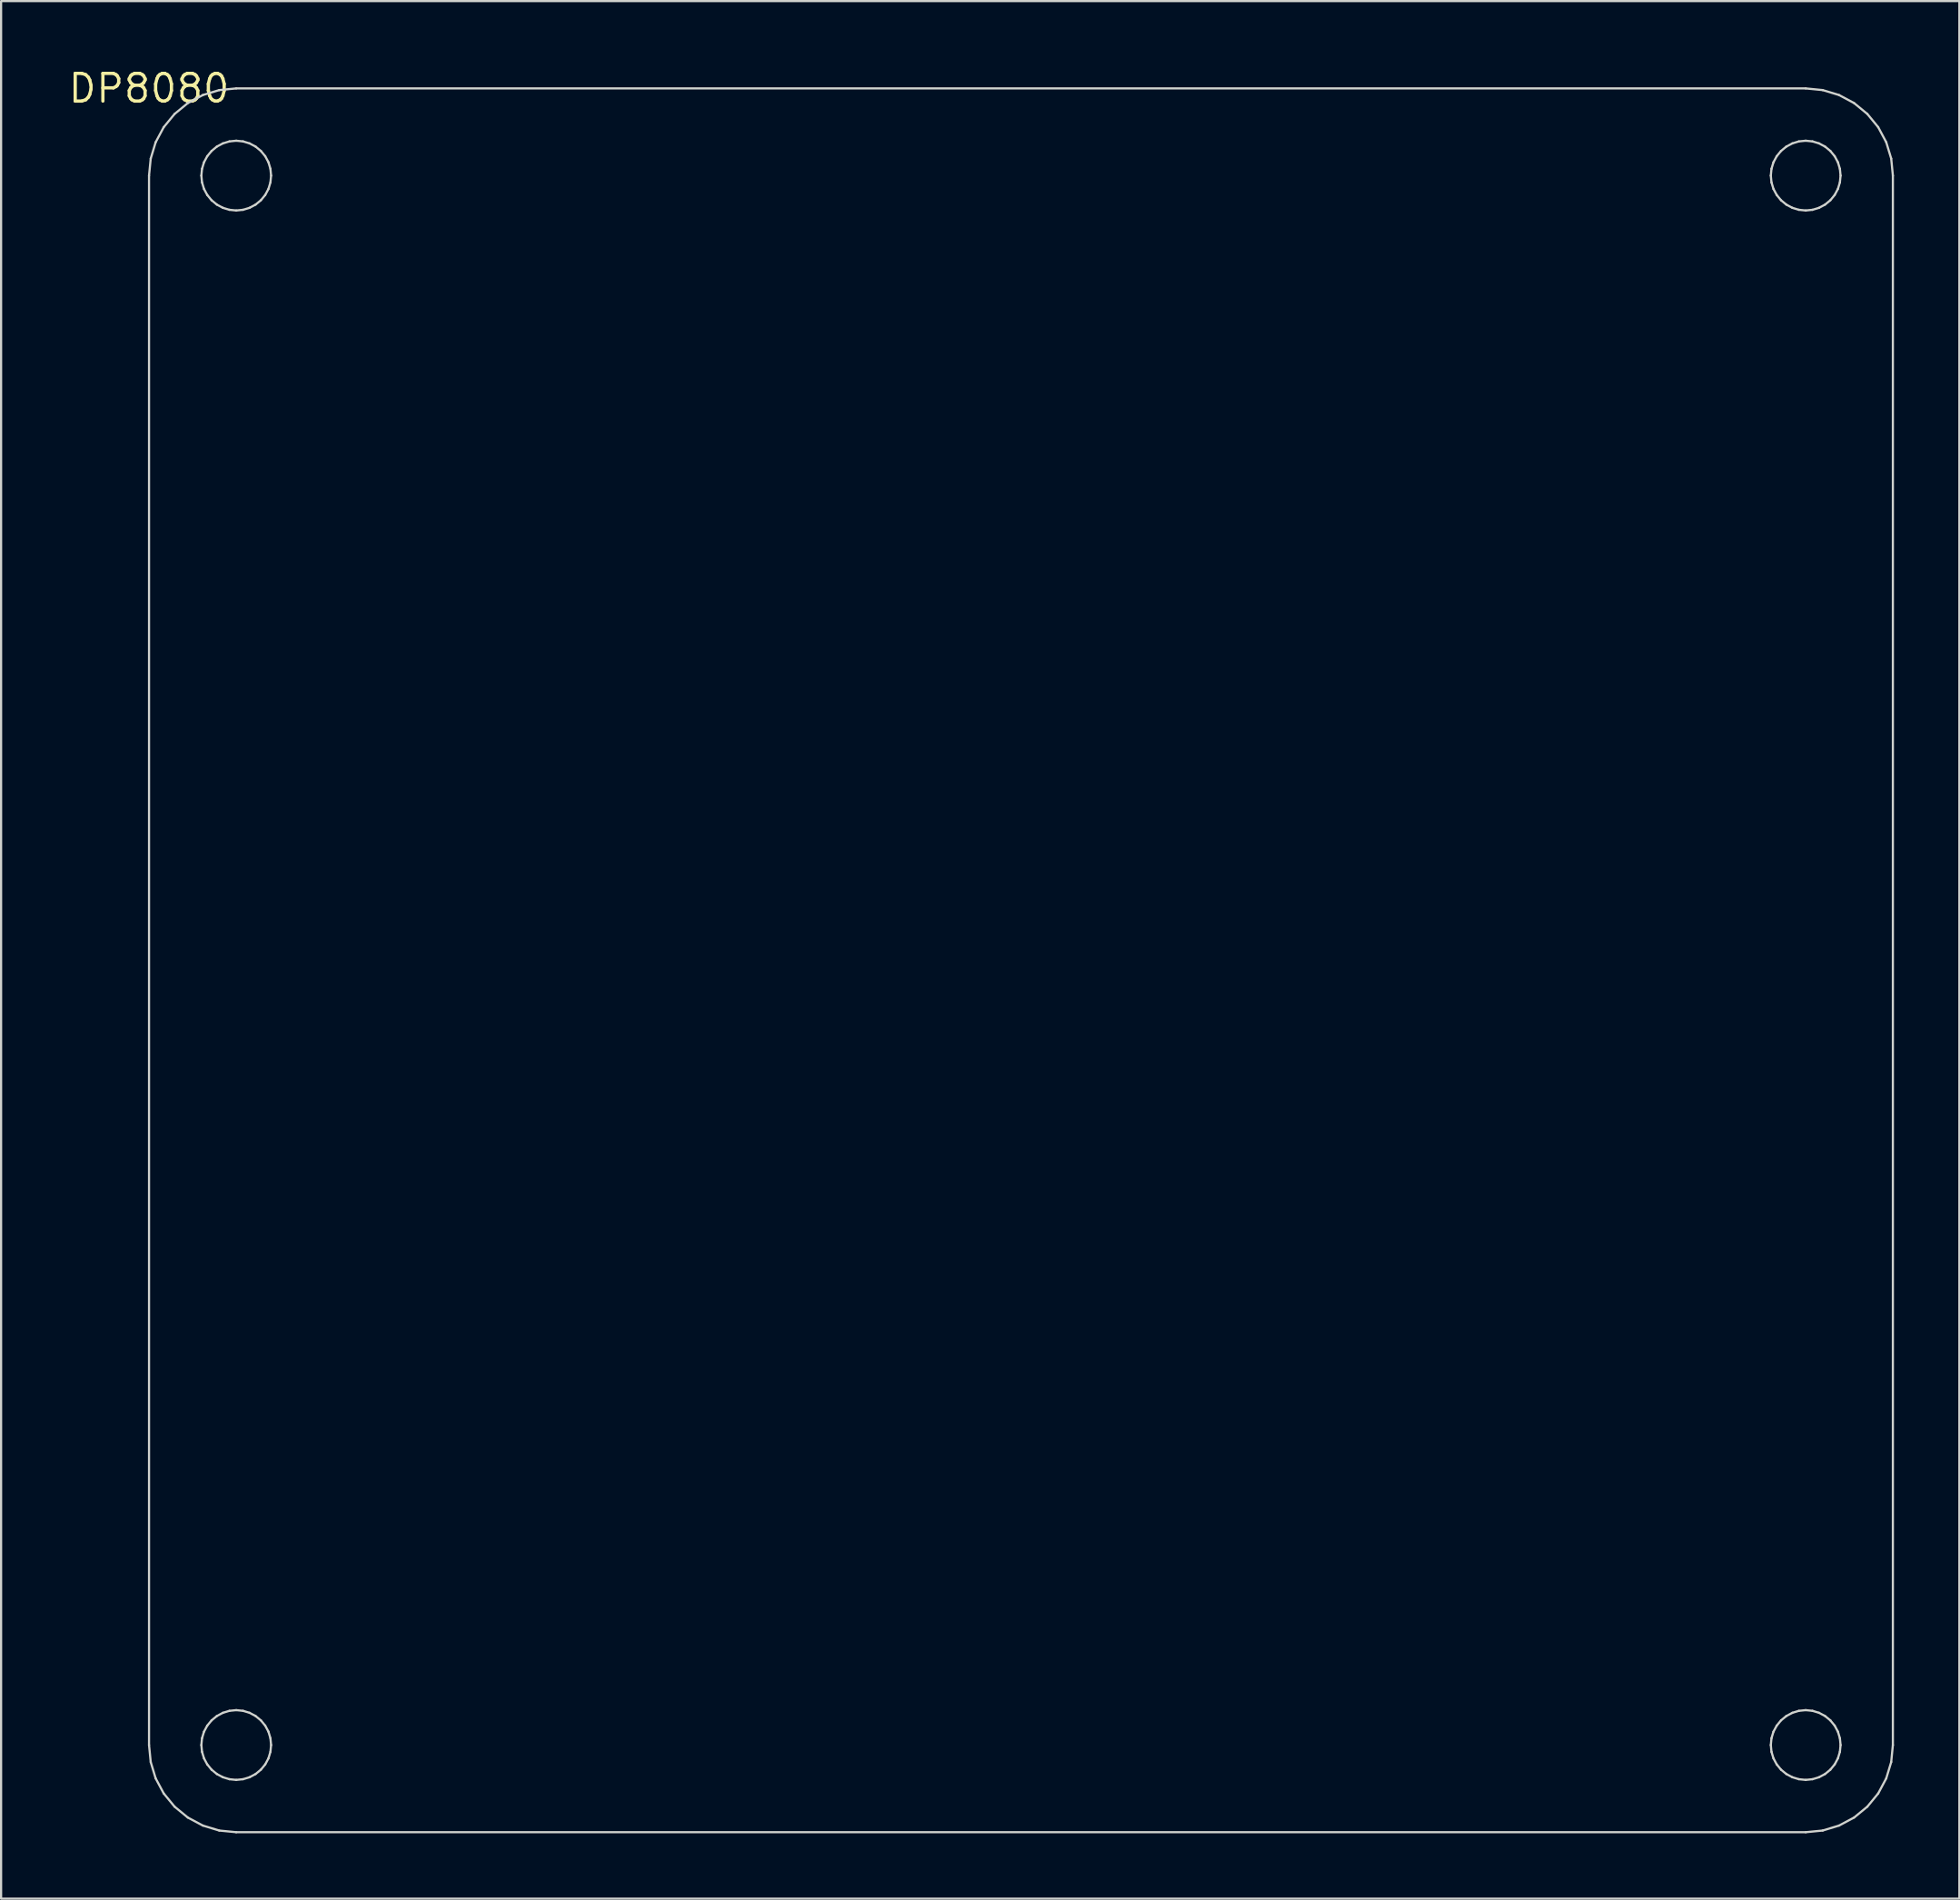
<source format=kicad_pcb>
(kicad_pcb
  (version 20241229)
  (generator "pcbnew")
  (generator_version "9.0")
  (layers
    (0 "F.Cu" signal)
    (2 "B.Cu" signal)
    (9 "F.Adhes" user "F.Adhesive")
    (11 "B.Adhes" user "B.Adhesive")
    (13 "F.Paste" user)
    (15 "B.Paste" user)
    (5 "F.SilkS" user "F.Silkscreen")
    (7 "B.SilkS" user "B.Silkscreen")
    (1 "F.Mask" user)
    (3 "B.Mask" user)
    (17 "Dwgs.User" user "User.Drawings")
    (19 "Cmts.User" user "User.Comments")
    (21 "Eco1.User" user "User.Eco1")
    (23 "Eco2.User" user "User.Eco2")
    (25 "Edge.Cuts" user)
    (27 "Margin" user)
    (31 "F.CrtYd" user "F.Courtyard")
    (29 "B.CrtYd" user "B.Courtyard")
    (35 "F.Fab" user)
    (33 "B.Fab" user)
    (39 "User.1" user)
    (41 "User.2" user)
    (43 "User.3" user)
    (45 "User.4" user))
  (footprint "DP8080"
    (layer "F.Cu")
    (at 3.787 1.006)
    (property "Reference" "DP8080" (at 0 0 0) (layer "F.SilkS") (effects (font (size 1.27 1.27) (thickness 0.15))))
    (attr through_hole)
    (fp_line (start 0 4) (end 0.077 3.22) (stroke (width 0.1) (type solid)) (layer "Edge.Cuts"))
    (fp_line (start 0 76) (end 0 4) (stroke (width 0.1) (type solid)) (layer "Edge.Cuts"))
    (fp_line (start 0.077 3.22) (end 0.304 2.469) (stroke (width 0.1) (type solid)) (layer "Edge.Cuts"))
    (fp_line (start 0.077 76.78) (end 0 76) (stroke (width 0.1) (type solid)) (layer "Edge.Cuts"))
    (fp_line (start 0.304 2.469) (end 0.674 1.778) (stroke (width 0.1) (type solid)) (layer "Edge.Cuts"))
    (fp_line (start 0.304 77.531) (end 0.077 76.78) (stroke (width 0.1) (type solid)) (layer "Edge.Cuts"))
    (fp_line (start 0.674 1.778) (end 1.172 1.172) (stroke (width 0.1) (type solid)) (layer "Edge.Cuts"))
    (fp_line (start 0.674 78.222) (end 0.304 77.531) (stroke (width 0.1) (type solid)) (layer "Edge.Cuts"))
    (fp_line (start 1.172 1.172) (end 1.778 0.674) (stroke (width 0.1) (type solid)) (layer "Edge.Cuts"))
    (fp_line (start 1.172 78.828) (end 0.674 78.222) (stroke (width 0.1) (type solid)) (layer "Edge.Cuts"))
    (fp_line (start 1.778 0.674) (end 2.469 0.304) (stroke (width 0.1) (type solid)) (layer "Edge.Cuts"))
    (fp_line (start 1.778 79.326) (end 1.172 78.828) (stroke (width 0.1) (type solid)) (layer "Edge.Cuts"))
    (fp_line (start 2.4 4) (end 2.431 4.312) (stroke (width 0.1) (type solid)) (layer "Edge.Cuts"))
    (fp_line (start 2.4 76) (end 2.431 76.312) (stroke (width 0.1) (type solid)) (layer "Edge.Cuts"))
    (fp_line (start 2.431 3.688) (end 2.4 4) (stroke (width 0.1) (type solid)) (layer "Edge.Cuts"))
    (fp_line (start 2.431 4.312) (end 2.522 4.612) (stroke (width 0.1) (type solid)) (layer "Edge.Cuts"))
    (fp_line (start 2.431 75.688) (end 2.4 76) (stroke (width 0.1) (type solid)) (layer "Edge.Cuts"))
    (fp_line (start 2.431 76.312) (end 2.522 76.612) (stroke (width 0.1) (type solid)) (layer "Edge.Cuts"))
    (fp_line (start 2.469 0.304) (end 3.22 0.077) (stroke (width 0.1) (type solid)) (layer "Edge.Cuts"))
    (fp_line (start 2.469 79.695) (end 1.778 79.326) (stroke (width 0.1) (type solid)) (layer "Edge.Cuts"))
    (fp_line (start 2.522 3.388) (end 2.431 3.688) (stroke (width 0.1) (type solid)) (layer "Edge.Cuts"))
    (fp_line (start 2.522 4.612) (end 2.67 4.889) (stroke (width 0.1) (type solid)) (layer "Edge.Cuts"))
    (fp_line (start 2.522 75.388) (end 2.431 75.688) (stroke (width 0.1) (type solid)) (layer "Edge.Cuts"))
    (fp_line (start 2.522 76.612) (end 2.67 76.889) (stroke (width 0.1) (type solid)) (layer "Edge.Cuts"))
    (fp_line (start 2.67 3.111) (end 2.522 3.388) (stroke (width 0.1) (type solid)) (layer "Edge.Cuts"))
    (fp_line (start 2.67 4.889) (end 2.869 5.131) (stroke (width 0.1) (type solid)) (layer "Edge.Cuts"))
    (fp_line (start 2.67 75.111) (end 2.522 75.388) (stroke (width 0.1) (type solid)) (layer "Edge.Cuts"))
    (fp_line (start 2.67 76.889) (end 2.869 77.131) (stroke (width 0.1) (type solid)) (layer "Edge.Cuts"))
    (fp_line (start 2.869 2.869) (end 2.67 3.111) (stroke (width 0.1) (type solid)) (layer "Edge.Cuts"))
    (fp_line (start 2.869 5.131) (end 3.111 5.33) (stroke (width 0.1) (type solid)) (layer "Edge.Cuts"))
    (fp_line (start 2.869 74.869) (end 2.67 75.111) (stroke (width 0.1) (type solid)) (layer "Edge.Cuts"))
    (fp_line (start 2.869 77.131) (end 3.111 77.33) (stroke (width 0.1) (type solid)) (layer "Edge.Cuts"))
    (fp_line (start 3.111 2.67) (end 2.869 2.869) (stroke (width 0.1) (type solid)) (layer "Edge.Cuts"))
    (fp_line (start 3.111 5.33) (end 3.388 5.478) (stroke (width 0.1) (type solid)) (layer "Edge.Cuts"))
    (fp_line (start 3.111 74.67) (end 2.869 74.869) (stroke (width 0.1) (type solid)) (layer "Edge.Cuts"))
    (fp_line (start 3.111 77.33) (end 3.388 77.478) (stroke (width 0.1) (type solid)) (layer "Edge.Cuts"))
    (fp_line (start 3.22 0.077) (end 4 0) (stroke (width 0.1) (type solid)) (layer "Edge.Cuts"))
    (fp_line (start 3.22 79.923) (end 2.469 79.695) (stroke (width 0.1) (type solid)) (layer "Edge.Cuts"))
    (fp_line (start 3.388 2.522) (end 3.111 2.67) (stroke (width 0.1) (type solid)) (layer "Edge.Cuts"))
    (fp_line (start 3.388 5.478) (end 3.688 5.569) (stroke (width 0.1) (type solid)) (layer "Edge.Cuts"))
    (fp_line (start 3.388 74.522) (end 3.111 74.67) (stroke (width 0.1) (type solid)) (layer "Edge.Cuts"))
    (fp_line (start 3.388 77.478) (end 3.688 77.569) (stroke (width 0.1) (type solid)) (layer "Edge.Cuts"))
    (fp_line (start 3.688 2.431) (end 3.388 2.522) (stroke (width 0.1) (type solid)) (layer "Edge.Cuts"))
    (fp_line (start 3.688 5.569) (end 4 5.6) (stroke (width 0.1) (type solid)) (layer "Edge.Cuts"))
    (fp_line (start 3.688 74.431) (end 3.388 74.522) (stroke (width 0.1) (type solid)) (layer "Edge.Cuts"))
    (fp_line (start 3.688 77.569) (end 4 77.6) (stroke (width 0.1) (type solid)) (layer "Edge.Cuts"))
    (fp_line (start 4 0) (end 76 0) (stroke (width 0.1) (type solid)) (layer "Edge.Cuts"))
    (fp_line (start 4 2.4) (end 3.688 2.431) (stroke (width 0.1) (type solid)) (layer "Edge.Cuts"))
    (fp_line (start 4 74.4) (end 3.688 74.431) (stroke (width 0.1) (type solid)) (layer "Edge.Cuts"))
    (fp_line (start 4 5.6) (end 4.312 5.569) (stroke (width 0.1) (type solid)) (layer "Edge.Cuts"))
    (fp_line (start 4 77.6) (end 4.312 77.569) (stroke (width 0.1) (type solid)) (layer "Edge.Cuts"))
    (fp_line (start 4 80) (end 3.22 79.923) (stroke (width 0.1) (type solid)) (layer "Edge.Cuts"))
    (fp_line (start 4.312 2.431) (end 4 2.4) (stroke (width 0.1) (type solid)) (layer "Edge.Cuts"))
    (fp_line (start 4.312 5.569) (end 4.612 5.478) (stroke (width 0.1) (type solid)) (layer "Edge.Cuts"))
    (fp_line (start 4.312 74.431) (end 4 74.4) (stroke (width 0.1) (type solid)) (layer "Edge.Cuts"))
    (fp_line (start 4.312 77.569) (end 4.612 77.478) (stroke (width 0.1) (type solid)) (layer "Edge.Cuts"))
    (fp_line (start 4.612 2.522) (end 4.312 2.431) (stroke (width 0.1) (type solid)) (layer "Edge.Cuts"))
    (fp_line (start 4.612 5.478) (end 4.889 5.33) (stroke (width 0.1) (type solid)) (layer "Edge.Cuts"))
    (fp_line (start 4.612 74.522) (end 4.312 74.431) (stroke (width 0.1) (type solid)) (layer "Edge.Cuts"))
    (fp_line (start 4.612 77.478) (end 4.889 77.33) (stroke (width 0.1) (type solid)) (layer "Edge.Cuts"))
    (fp_line (start 4.889 2.67) (end 4.612 2.522) (stroke (width 0.1) (type solid)) (layer "Edge.Cuts"))
    (fp_line (start 4.889 5.33) (end 5.131 5.131) (stroke (width 0.1) (type solid)) (layer "Edge.Cuts"))
    (fp_line (start 4.889 74.67) (end 4.612 74.522) (stroke (width 0.1) (type solid)) (layer "Edge.Cuts"))
    (fp_line (start 4.889 77.33) (end 5.131 77.131) (stroke (width 0.1) (type solid)) (layer "Edge.Cuts"))
    (fp_line (start 5.131 2.869) (end 4.889 2.67) (stroke (width 0.1) (type solid)) (layer "Edge.Cuts"))
    (fp_line (start 5.131 5.131) (end 5.33 4.889) (stroke (width 0.1) (type solid)) (layer "Edge.Cuts"))
    (fp_line (start 5.131 74.869) (end 4.889 74.67) (stroke (width 0.1) (type solid)) (layer "Edge.Cuts"))
    (fp_line (start 5.131 77.131) (end 5.33 76.889) (stroke (width 0.1) (type solid)) (layer "Edge.Cuts"))
    (fp_line (start 5.33 3.111) (end 5.131 2.869) (stroke (width 0.1) (type solid)) (layer "Edge.Cuts"))
    (fp_line (start 5.33 4.889) (end 5.478 4.612) (stroke (width 0.1) (type solid)) (layer "Edge.Cuts"))
    (fp_line (start 5.33 75.111) (end 5.131 74.869) (stroke (width 0.1) (type solid)) (layer "Edge.Cuts"))
    (fp_line (start 5.33 76.889) (end 5.478 76.612) (stroke (width 0.1) (type solid)) (layer "Edge.Cuts"))
    (fp_line (start 5.478 3.388) (end 5.33 3.111) (stroke (width 0.1) (type solid)) (layer "Edge.Cuts"))
    (fp_line (start 5.478 4.612) (end 5.569 4.312) (stroke (width 0.1) (type solid)) (layer "Edge.Cuts"))
    (fp_line (start 5.478 75.388) (end 5.33 75.111) (stroke (width 0.1) (type solid)) (layer "Edge.Cuts"))
    (fp_line (start 5.478 76.612) (end 5.569 76.312) (stroke (width 0.1) (type solid)) (layer "Edge.Cuts"))
    (fp_line (start 5.569 3.688) (end 5.478 3.388) (stroke (width 0.1) (type solid)) (layer "Edge.Cuts"))
    (fp_line (start 5.569 4.312) (end 5.6 4) (stroke (width 0.1) (type solid)) (layer "Edge.Cuts"))
    (fp_line (start 5.569 75.688) (end 5.478 75.388) (stroke (width 0.1) (type solid)) (layer "Edge.Cuts"))
    (fp_line (start 5.569 76.312) (end 5.6 76) (stroke (width 0.1) (type solid)) (layer "Edge.Cuts"))
    (fp_line (start 5.6 4) (end 5.569 3.688) (stroke (width 0.1) (type solid)) (layer "Edge.Cuts"))
    (fp_line (start 5.6 76) (end 5.569 75.688) (stroke (width 0.1) (type solid)) (layer "Edge.Cuts"))
    (fp_line (start 74.4 4) (end 74.431 4.312) (stroke (width 0.1) (type solid)) (layer "Edge.Cuts"))
    (fp_line (start 74.4 76) (end 74.431 76.312) (stroke (width 0.1) (type solid)) (layer "Edge.Cuts"))
    (fp_line (start 74.431 3.688) (end 74.4 4) (stroke (width 0.1) (type solid)) (layer "Edge.Cuts"))
    (fp_line (start 74.431 4.312) (end 74.522 4.612) (stroke (width 0.1) (type solid)) (layer "Edge.Cuts"))
    (fp_line (start 74.431 75.688) (end 74.4 76) (stroke (width 0.1) (type solid)) (layer "Edge.Cuts"))
    (fp_line (start 74.431 76.312) (end 74.522 76.612) (stroke (width 0.1) (type solid)) (layer "Edge.Cuts"))
    (fp_line (start 74.522 3.388) (end 74.431 3.688) (stroke (width 0.1) (type solid)) (layer "Edge.Cuts"))
    (fp_line (start 74.522 4.612) (end 74.67 4.889) (stroke (width 0.1) (type solid)) (layer "Edge.Cuts"))
    (fp_line (start 74.522 75.388) (end 74.431 75.688) (stroke (width 0.1) (type solid)) (layer "Edge.Cuts"))
    (fp_line (start 74.522 76.612) (end 74.67 76.889) (stroke (width 0.1) (type solid)) (layer "Edge.Cuts"))
    (fp_line (start 74.67 3.111) (end 74.522 3.388) (stroke (width 0.1) (type solid)) (layer "Edge.Cuts"))
    (fp_line (start 74.67 4.889) (end 74.869 5.131) (stroke (width 0.1) (type solid)) (layer "Edge.Cuts"))
    (fp_line (start 74.67 75.111) (end 74.522 75.388) (stroke (width 0.1) (type solid)) (layer "Edge.Cuts"))
    (fp_line (start 74.67 76.889) (end 74.869 77.131) (stroke (width 0.1) (type solid)) (layer "Edge.Cuts"))
    (fp_line (start 74.869 2.869) (end 74.67 3.111) (stroke (width 0.1) (type solid)) (layer "Edge.Cuts"))
    (fp_line (start 74.869 5.131) (end 75.111 5.33) (stroke (width 0.1) (type solid)) (layer "Edge.Cuts"))
    (fp_line (start 74.869 74.869) (end 74.67 75.111) (stroke (width 0.1) (type solid)) (layer "Edge.Cuts"))
    (fp_line (start 74.869 77.131) (end 75.111 77.33) (stroke (width 0.1) (type solid)) (layer "Edge.Cuts"))
    (fp_line (start 75.111 2.67) (end 74.869 2.869) (stroke (width 0.1) (type solid)) (layer "Edge.Cuts"))
    (fp_line (start 75.111 5.33) (end 75.388 5.478) (stroke (width 0.1) (type solid)) (layer "Edge.Cuts"))
    (fp_line (start 75.111 74.67) (end 74.869 74.869) (stroke (width 0.1) (type solid)) (layer "Edge.Cuts"))
    (fp_line (start 75.111 77.33) (end 75.388 77.478) (stroke (width 0.1) (type solid)) (layer "Edge.Cuts"))
    (fp_line (start 75.388 2.522) (end 75.111 2.67) (stroke (width 0.1) (type solid)) (layer "Edge.Cuts"))
    (fp_line (start 75.388 5.478) (end 75.688 5.569) (stroke (width 0.1) (type solid)) (layer "Edge.Cuts"))
    (fp_line (start 75.388 74.522) (end 75.111 74.67) (stroke (width 0.1) (type solid)) (layer "Edge.Cuts"))
    (fp_line (start 75.388 77.478) (end 75.688 77.569) (stroke (width 0.1) (type solid)) (layer "Edge.Cuts"))
    (fp_line (start 75.688 2.431) (end 75.388 2.522) (stroke (width 0.1) (type solid)) (layer "Edge.Cuts"))
    (fp_line (start 75.688 5.569) (end 76 5.6) (stroke (width 0.1) (type solid)) (layer "Edge.Cuts"))
    (fp_line (start 75.688 74.431) (end 75.388 74.522) (stroke (width 0.1) (type solid)) (layer "Edge.Cuts"))
    (fp_line (start 75.688 77.569) (end 76 77.6) (stroke (width 0.1) (type solid)) (layer "Edge.Cuts"))
    (fp_line (start 76 0) (end 76.78 0.077) (stroke (width 0.1) (type solid)) (layer "Edge.Cuts"))
    (fp_line (start 76 2.4) (end 75.688 2.431) (stroke (width 0.1) (type solid)) (layer "Edge.Cuts"))
    (fp_line (start 76 5.6) (end 76.312 5.569) (stroke (width 0.1) (type solid)) (layer "Edge.Cuts"))
    (fp_line (start 76 74.4) (end 75.688 74.431) (stroke (width 0.1) (type solid)) (layer "Edge.Cuts"))
    (fp_line (start 76 77.6) (end 76.312 77.569) (stroke (width 0.1) (type solid)) (layer "Edge.Cuts"))
    (fp_line (start 76 80) (end 4 80) (stroke (width 0.1) (type solid)) (layer "Edge.Cuts"))
    (fp_line (start 76.312 2.431) (end 76 2.4) (stroke (width 0.1) (type solid)) (layer "Edge.Cuts"))
    (fp_line (start 76.312 5.569) (end 76.612 5.478) (stroke (width 0.1) (type solid)) (layer "Edge.Cuts"))
    (fp_line (start 76.312 74.431) (end 76 74.4) (stroke (width 0.1) (type solid)) (layer "Edge.Cuts"))
    (fp_line (start 76.312 77.569) (end 76.612 77.478) (stroke (width 0.1) (type solid)) (layer "Edge.Cuts"))
    (fp_line (start 76.612 2.522) (end 76.312 2.431) (stroke (width 0.1) (type solid)) (layer "Edge.Cuts"))
    (fp_line (start 76.612 5.478) (end 76.889 5.33) (stroke (width 0.1) (type solid)) (layer "Edge.Cuts"))
    (fp_line (start 76.612 74.522) (end 76.312 74.431) (stroke (width 0.1) (type solid)) (layer "Edge.Cuts"))
    (fp_line (start 76.612 77.478) (end 76.889 77.33) (stroke (width 0.1) (type solid)) (layer "Edge.Cuts"))
    (fp_line (start 76.78 0.077) (end 77.531 0.304) (stroke (width 0.1) (type solid)) (layer "Edge.Cuts"))
    (fp_line (start 76.78 79.923) (end 76 80) (stroke (width 0.1) (type solid)) (layer "Edge.Cuts"))
    (fp_line (start 76.889 2.67) (end 76.612 2.522) (stroke (width 0.1) (type solid)) (layer "Edge.Cuts"))
    (fp_line (start 76.889 5.33) (end 77.131 5.131) (stroke (width 0.1) (type solid)) (layer "Edge.Cuts"))
    (fp_line (start 76.889 74.67) (end 76.612 74.522) (stroke (width 0.1) (type solid)) (layer "Edge.Cuts"))
    (fp_line (start 76.889 77.33) (end 77.131 77.131) (stroke (width 0.1) (type solid)) (layer "Edge.Cuts"))
    (fp_line (start 77.131 2.869) (end 76.889 2.67) (stroke (width 0.1) (type solid)) (layer "Edge.Cuts"))
    (fp_line (start 77.131 5.131) (end 77.33 4.889) (stroke (width 0.1) (type solid)) (layer "Edge.Cuts"))
    (fp_line (start 77.131 74.869) (end 76.889 74.67) (stroke (width 0.1) (type solid)) (layer "Edge.Cuts"))
    (fp_line (start 77.131 77.131) (end 77.33 76.889) (stroke (width 0.1) (type solid)) (layer "Edge.Cuts"))
    (fp_line (start 77.33 3.111) (end 77.131 2.869) (stroke (width 0.1) (type solid)) (layer "Edge.Cuts"))
    (fp_line (start 77.33 4.889) (end 77.478 4.612) (stroke (width 0.1) (type solid)) (layer "Edge.Cuts"))
    (fp_line (start 77.33 75.111) (end 77.131 74.869) (stroke (width 0.1) (type solid)) (layer "Edge.Cuts"))
    (fp_line (start 77.33 76.889) (end 77.478 76.612) (stroke (width 0.1) (type solid)) (layer "Edge.Cuts"))
    (fp_line (start 77.478 3.388) (end 77.33 3.111) (stroke (width 0.1) (type solid)) (layer "Edge.Cuts"))
    (fp_line (start 77.478 4.612) (end 77.569 4.312) (stroke (width 0.1) (type solid)) (layer "Edge.Cuts"))
    (fp_line (start 77.478 75.388) (end 77.33 75.111) (stroke (width 0.1) (type solid)) (layer "Edge.Cuts"))
    (fp_line (start 77.478 76.612) (end 77.569 76.312) (stroke (width 0.1) (type solid)) (layer "Edge.Cuts"))
    (fp_line (start 77.531 0.304) (end 78.222 0.674) (stroke (width 0.1) (type solid)) (layer "Edge.Cuts"))
    (fp_line (start 77.531 79.695) (end 76.78 79.923) (stroke (width 0.1) (type solid)) (layer "Edge.Cuts"))
    (fp_line (start 77.569 3.688) (end 77.478 3.388) (stroke (width 0.1) (type solid)) (layer "Edge.Cuts"))
    (fp_line (start 77.569 4.312) (end 77.6 4) (stroke (width 0.1) (type solid)) (layer "Edge.Cuts"))
    (fp_line (start 77.569 75.688) (end 77.478 75.388) (stroke (width 0.1) (type solid)) (layer "Edge.Cuts"))
    (fp_line (start 77.569 76.312) (end 77.6 76) (stroke (width 0.1) (type solid)) (layer "Edge.Cuts"))
    (fp_line (start 77.6 4) (end 77.569 3.688) (stroke (width 0.1) (type solid)) (layer "Edge.Cuts"))
    (fp_line (start 77.6 76) (end 77.569 75.688) (stroke (width 0.1) (type solid)) (layer "Edge.Cuts"))
    (fp_line (start 78.222 0.674) (end 78.828 1.172) (stroke (width 0.1) (type solid)) (layer "Edge.Cuts"))
    (fp_line (start 78.222 79.326) (end 77.531 79.695) (stroke (width 0.1) (type solid)) (layer "Edge.Cuts"))
    (fp_line (start 78.828 1.172) (end 79.326 1.778) (stroke (width 0.1) (type solid)) (layer "Edge.Cuts"))
    (fp_line (start 78.828 78.828) (end 78.222 79.326) (stroke (width 0.1) (type solid)) (layer "Edge.Cuts"))
    (fp_line (start 79.326 1.778) (end 79.695 2.469) (stroke (width 0.1) (type solid)) (layer "Edge.Cuts"))
    (fp_line (start 79.326 78.222) (end 78.828 78.828) (stroke (width 0.1) (type solid)) (layer "Edge.Cuts"))
    (fp_line (start 79.695 2.469) (end 79.923 3.22) (stroke (width 0.1) (type solid)) (layer "Edge.Cuts"))
    (fp_line (start 79.695 77.531) (end 79.326 78.222) (stroke (width 0.1) (type solid)) (layer "Edge.Cuts"))
    (fp_line (start 79.923 3.22) (end 80 4) (stroke (width 0.1) (type solid)) (layer "Edge.Cuts"))
    (fp_line (start 79.923 76.78) (end 79.695 77.531) (stroke (width 0.1) (type solid)) (layer "Edge.Cuts"))
    (fp_line (start 80 4) (end 80 76) (stroke (width 0.1) (type solid)) (layer "Edge.Cuts"))
    (fp_line (start 80 76) (end 79.923 76.78) (stroke (width 0.1) (type solid)) (layer "Edge.Cuts")))
  (gr_rect
    (start -3 -3)
    (end 86.837 84.056)
    (stroke (width 0.1) (type default))
    (fill no)
    (layer "Edge.Cuts")))
</source>
